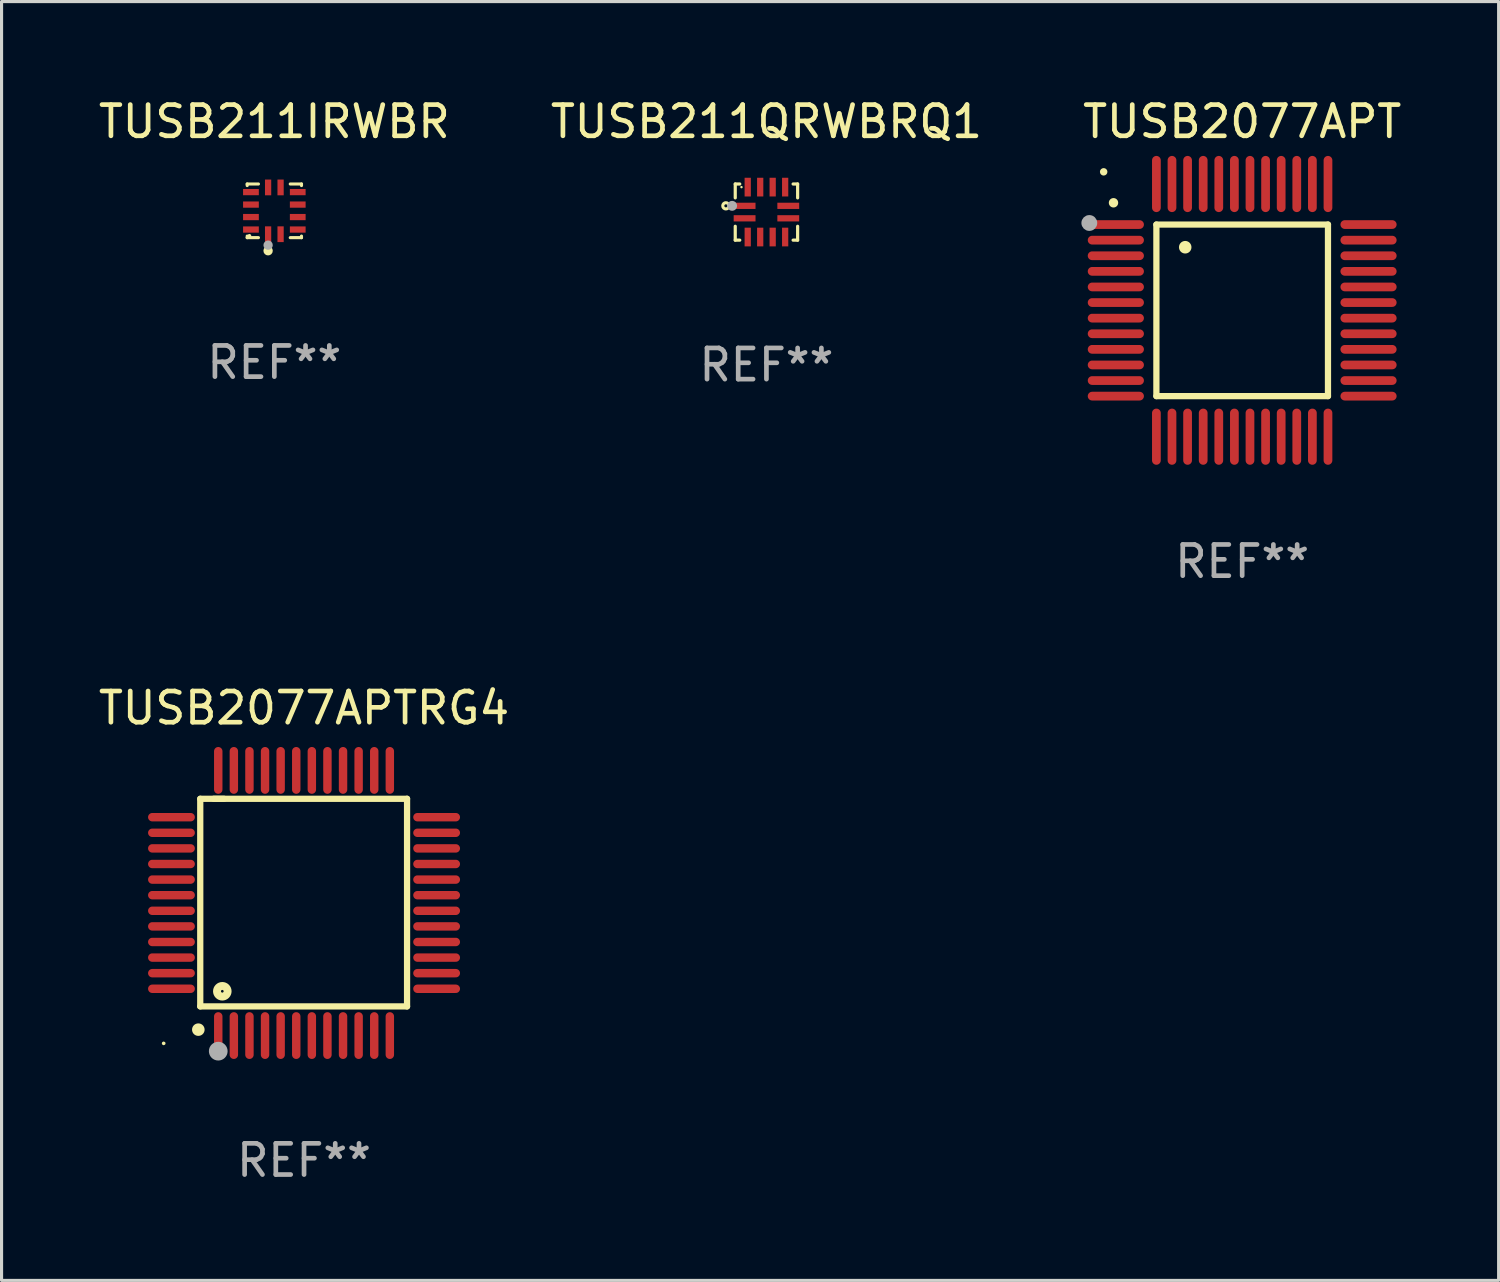
<source format=kicad_pcb>
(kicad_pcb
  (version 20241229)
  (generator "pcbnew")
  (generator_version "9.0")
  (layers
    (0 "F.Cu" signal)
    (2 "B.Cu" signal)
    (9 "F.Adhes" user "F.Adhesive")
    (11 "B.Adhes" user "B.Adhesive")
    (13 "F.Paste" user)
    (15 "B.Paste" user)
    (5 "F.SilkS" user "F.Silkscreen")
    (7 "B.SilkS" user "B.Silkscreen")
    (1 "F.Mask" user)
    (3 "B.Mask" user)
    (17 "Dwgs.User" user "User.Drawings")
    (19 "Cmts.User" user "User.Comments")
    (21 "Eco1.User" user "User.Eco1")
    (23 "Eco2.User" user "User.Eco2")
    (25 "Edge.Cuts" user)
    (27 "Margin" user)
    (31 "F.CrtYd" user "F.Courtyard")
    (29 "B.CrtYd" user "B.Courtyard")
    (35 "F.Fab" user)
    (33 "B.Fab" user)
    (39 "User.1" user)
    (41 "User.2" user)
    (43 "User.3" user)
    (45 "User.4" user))
  (footprint "TUSB211QRWBRQ1"
    (layer "F.Cu")
    (at 21.518 3.748)
    (property "Reference" "TUSB211QRWBRQ1" (at 0 -2.9 0) (layer "F.SilkS") (effects (font (size 1 1) (thickness 0.15))))
    (attr through_hole)
    (fp_line (start -1 -0.9) (end -0.855 -0.9) (stroke (width 0.102) (type solid)) (layer "F.SilkS"))
    (fp_line (start -1 -0.455) (end -1 -0.9) (stroke (width 0.102) (type solid)) (layer "F.SilkS"))
    (fp_line (start -1 0.9) (end -1 0.455) (stroke (width 0.102) (type solid)) (layer "F.SilkS"))
    (fp_line (start -0.855 0.9) (end -1 0.9) (stroke (width 0.102) (type solid)) (layer "F.SilkS"))
    (fp_line (start 0.855 -0.9) (end 1 -0.9) (stroke (width 0.102) (type solid)) (layer "F.SilkS"))
    (fp_line (start 1 -0.9) (end 1 -0.455) (stroke (width 0.102) (type solid)) (layer "F.SilkS"))
    (fp_line (start 1 0.455) (end 1 0.9) (stroke (width 0.102) (type solid)) (layer "F.SilkS"))
    (fp_line (start 1 0.9) (end 0.855 0.9) (stroke (width 0.102) (type solid)) (layer "F.SilkS"))
    (fp_circle (center -1.3 -0.2) (end -1.2 -0.2) (stroke (width 0.1) (type solid)) (fill no) (layer "F.SilkS"))
    (fp_circle (center -0.8 -0.8) (end -0.78 -0.8) (stroke (width 0.04) (type solid)) (fill no) (layer "F.SilkS"))
    (fp_circle (center -1.1 -0.2) (end -1.02 -0.2) (stroke (width 0.16) (type solid)) (fill no) (layer "F.Fab"))
    (fp_text user "REF**" (at 0 4.9 0) (layer "F.Fab") (effects (font (size 1 1) (thickness 0.15))))
    (pad "1" smd rect (at -0.7 -0.2 180) (size 0.7 0.2) (layers "F.Cu" "F.Mask" "F.Paste"))
    (pad "2" smd rect (at -0.7 0.2 180) (size 0.7 0.2) (layers "F.Cu" "F.Mask" "F.Paste"))
    (pad "3" smd rect (at -0.6 0.8) (size 0.2 0.6) (layers "F.Cu" "F.Mask" "F.Paste"))
    (pad "4" smd rect (at -0.2 0.8) (size 0.2 0.6) (layers "F.Cu" "F.Mask" "F.Paste"))
    (pad "5" smd rect (at 0.2 0.8) (size 0.2 0.6) (layers "F.Cu" "F.Mask" "F.Paste"))
    (pad "6" smd rect (at 0.6 0.8) (size 0.2 0.6) (layers "F.Cu" "F.Mask" "F.Paste"))
    (pad "7" smd rect (at 0.7 0.2 180) (size 0.7 0.2) (layers "F.Cu" "F.Mask" "F.Paste"))
    (pad "8" smd rect (at 0.7 -0.2) (size 0.7 0.2) (layers "F.Cu" "F.Mask" "F.Paste"))
    (pad "9" smd rect (at 0.6 -0.8) (size 0.2 0.6) (layers "F.Cu" "F.Mask" "F.Paste"))
    (pad "10" smd rect (at 0.2 -0.8) (size 0.2 0.6) (layers "F.Cu" "F.Mask" "F.Paste"))
    (pad "11" smd rect (at -0.2 -0.8) (size 0.2 0.6) (layers "F.Cu" "F.Mask" "F.Paste"))
    (pad "12" smd rect (at -0.6 -0.8) (size 0.2 0.6) (layers "F.Cu" "F.Mask" "F.Paste")))
  (footprint "TUSB2077APT"
    (layer "F.Cu")
    (at 36.768 6.898)
    (property "Reference" "TUSB2077APT" (at 0 -6.05 0) (layer "F.SilkS") (effects (font (size 1 1) (thickness 0.15))))
    (attr through_hole)
    (fp_line (start -2.75 -2.75) (end 2.75 -2.75) (stroke (width 0.2) (type solid)) (layer "F.SilkS"))
    (fp_line (start -2.75 2.75) (end -2.75 -2.75) (stroke (width 0.2) (type solid)) (layer "F.SilkS"))
    (fp_line (start 2.75 -2.75) (end 2.75 2.75) (stroke (width 0.2) (type solid)) (layer "F.SilkS"))
    (fp_line (start 2.75 2.75) (end -2.75 2.75) (stroke (width 0.2) (type solid)) (layer "F.SilkS"))
    (fp_arc (start -4.124968 -3.446787) (mid -4.124973 -3.448057) (end -4.124968 -3.449327) (stroke (width 0.3) (type solid)) (layer "F.SilkS"))
    (fp_arc (start -1.826264 -2.021844) (mid -1.826268 -2.023114) (end -1.826264 -2.024384) (stroke (width 0.4) (type solid)) (layer "F.SilkS"))
    (fp_circle (center -4.44 -4.44) (end -4.38 -4.44) (stroke (width 0.12) (type solid)) (fill no) (layer "F.SilkS"))
    (fp_circle (center -4.9 -2.8) (end -4.773 -2.8) (stroke (width 0.254) (type solid)) (fill no) (layer "F.Fab"))
    (fp_text user "REF**" (at 0 8.05 0) (layer "F.Fab") (effects (font (size 1 1) (thickness 0.15))))
    (pad "1" smd oval (at -4.05 -2.75 90) (size 0.28 1.8) (layers "F.Cu" "F.Mask" "F.Paste"))
    (pad "2" smd oval (at -4.05 -2.25 90) (size 0.28 1.8) (layers "F.Cu" "F.Mask" "F.Paste"))
    (pad "3" smd oval (at -4.05 -1.75 90) (size 0.28 1.8) (layers "F.Cu" "F.Mask" "F.Paste"))
    (pad "4" smd oval (at -4.05 -1.25 90) (size 0.28 1.8) (layers "F.Cu" "F.Mask" "F.Paste"))
    (pad "5" smd oval (at -4.05 -0.75 90) (size 0.28 1.8) (layers "F.Cu" "F.Mask" "F.Paste"))
    (pad "6" smd oval (at -4.05 -0.25 90) (size 0.28 1.8) (layers "F.Cu" "F.Mask" "F.Paste"))
    (pad "7" smd oval (at -4.05 0.25 90) (size 0.28 1.8) (layers "F.Cu" "F.Mask" "F.Paste"))
    (pad "8" smd oval (at -4.05 0.75 90) (size 0.28 1.8) (layers "F.Cu" "F.Mask" "F.Paste"))
    (pad "9" smd oval (at -4.05 1.25 90) (size 0.28 1.8) (layers "F.Cu" "F.Mask" "F.Paste"))
    (pad "10" smd oval (at -4.05 1.75 90) (size 0.28 1.8) (layers "F.Cu" "F.Mask" "F.Paste"))
    (pad "11" smd oval (at -4.05 2.25 90) (size 0.28 1.8) (layers "F.Cu" "F.Mask" "F.Paste"))
    (pad "12" smd oval (at -4.05 2.75 90) (size 0.28 1.8) (layers "F.Cu" "F.Mask" "F.Paste"))
    (pad "13" smd oval (at -2.75 4.05) (size 0.28 1.8) (layers "F.Cu" "F.Mask" "F.Paste"))
    (pad "14" smd oval (at -2.25 4.05) (size 0.28 1.8) (layers "F.Cu" "F.Mask" "F.Paste"))
    (pad "15" smd oval (at -1.75 4.05) (size 0.28 1.8) (layers "F.Cu" "F.Mask" "F.Paste"))
    (pad "16" smd oval (at -1.25 4.05) (size 0.28 1.8) (layers "F.Cu" "F.Mask" "F.Paste"))
    (pad "17" smd oval (at -0.75 4.05) (size 0.28 1.8) (layers "F.Cu" "F.Mask" "F.Paste"))
    (pad "18" smd oval (at -0.25 4.05) (size 0.28 1.8) (layers "F.Cu" "F.Mask" "F.Paste"))
    (pad "19" smd oval (at 0.25 4.05) (size 0.28 1.8) (layers "F.Cu" "F.Mask" "F.Paste"))
    (pad "20" smd oval (at 0.75 4.05) (size 0.28 1.8) (layers "F.Cu" "F.Mask" "F.Paste"))
    (pad "21" smd oval (at 1.25 4.05) (size 0.28 1.8) (layers "F.Cu" "F.Mask" "F.Paste"))
    (pad "22" smd oval (at 1.75 4.05) (size 0.28 1.8) (layers "F.Cu" "F.Mask" "F.Paste"))
    (pad "23" smd oval (at 2.25 4.05) (size 0.28 1.8) (layers "F.Cu" "F.Mask" "F.Paste"))
    (pad "24" smd oval (at 2.75 4.05) (size 0.28 1.8) (layers "F.Cu" "F.Mask" "F.Paste"))
    (pad "25" smd oval (at 4.05 2.75 90) (size 0.28 1.8) (layers "F.Cu" "F.Mask" "F.Paste"))
    (pad "26" smd oval (at 4.05 2.25 90) (size 0.28 1.8) (layers "F.Cu" "F.Mask" "F.Paste"))
    (pad "27" smd oval (at 4.05 1.75 90) (size 0.28 1.8) (layers "F.Cu" "F.Mask" "F.Paste"))
    (pad "28" smd oval (at 4.05 1.25 90) (size 0.28 1.8) (layers "F.Cu" "F.Mask" "F.Paste"))
    (pad "29" smd oval (at 4.05 0.75 90) (size 0.28 1.8) (layers "F.Cu" "F.Mask" "F.Paste"))
    (pad "30" smd oval (at 4.05 0.25 90) (size 0.28 1.8) (layers "F.Cu" "F.Mask" "F.Paste"))
    (pad "31" smd oval (at 4.05 -0.25 90) (size 0.28 1.8) (layers "F.Cu" "F.Mask" "F.Paste"))
    (pad "32" smd oval (at 4.05 -0.75 90) (size 0.28 1.8) (layers "F.Cu" "F.Mask" "F.Paste"))
    (pad "33" smd oval (at 4.05 -1.25 90) (size 0.28 1.8) (layers "F.Cu" "F.Mask" "F.Paste"))
    (pad "34" smd oval (at 4.05 -1.75 90) (size 0.28 1.8) (layers "F.Cu" "F.Mask" "F.Paste"))
    (pad "35" smd oval (at 4.05 -2.25 90) (size 0.28 1.8) (layers "F.Cu" "F.Mask" "F.Paste"))
    (pad "36" smd oval (at 4.05 -2.75 90) (size 0.28 1.8) (layers "F.Cu" "F.Mask" "F.Paste"))
    (pad "37" smd oval (at 2.75 -4.05) (size 0.28 1.8) (layers "F.Cu" "F.Mask" "F.Paste"))
    (pad "38" smd oval (at 2.25 -4.05) (size 0.28 1.8) (layers "F.Cu" "F.Mask" "F.Paste"))
    (pad "39" smd oval (at 1.75 -4.05) (size 0.28 1.8) (layers "F.Cu" "F.Mask" "F.Paste"))
    (pad "40" smd oval (at 1.25 -4.05) (size 0.28 1.8) (layers "F.Cu" "F.Mask" "F.Paste"))
    (pad "41" smd oval (at 0.75 -4.05) (size 0.28 1.8) (layers "F.Cu" "F.Mask" "F.Paste"))
    (pad "42" smd oval (at 0.25 -4.05) (size 0.28 1.8) (layers "F.Cu" "F.Mask" "F.Paste"))
    (pad "43" smd oval (at -0.25 -4.05) (size 0.28 1.8) (layers "F.Cu" "F.Mask" "F.Paste"))
    (pad "44" smd oval (at -0.75 -4.05) (size 0.28 1.8) (layers "F.Cu" "F.Mask" "F.Paste"))
    (pad "45" smd oval (at -1.25 -4.05) (size 0.28 1.8) (layers "F.Cu" "F.Mask" "F.Paste"))
    (pad "46" smd oval (at -1.75 -4.05) (size 0.28 1.8) (layers "F.Cu" "F.Mask" "F.Paste"))
    (pad "47" smd oval (at -2.25 -4.05) (size 0.28 1.8) (layers "F.Cu" "F.Mask" "F.Paste"))
    (pad "48" smd oval (at -2.75 -4.05) (size 0.28 1.8) (layers "F.Cu" "F.Mask" "F.Paste")))
  (footprint "TUSB2077APTRG4"
    (layer "F.Cu")
    (at 6.696 25.895)
    (property "Reference" "TUSB2077APTRG4" (at 0 -6.25 0) (layer "F.SilkS") (effects (font (size 1 1) (thickness 0.15))))
    (attr through_hole)
    (fp_line (start -3.327 -3.34) (end -2.565 -3.34) (stroke (width 0.2) (type solid)) (layer "F.SilkS"))
    (fp_line (start -3.327 3.315) (end -3.327 -3.34) (stroke (width 0.2) (type solid)) (layer "F.SilkS"))
    (fp_line (start -2.896 -3.34) (end 3.302 -3.34) (stroke (width 0.2) (type solid)) (layer "F.SilkS"))
    (fp_line (start 3.302 -3.34) (end 3.302 3.315) (stroke (width 0.2) (type solid)) (layer "F.SilkS"))
    (fp_line (start 3.302 3.315) (end -3.327 3.315) (stroke (width 0.2) (type solid)) (layer "F.SilkS"))
    (fp_arc (start -3.389992 4.059995) (mid -3.388722 4.059991) (end -3.387452 4.059995) (stroke (width 0.4) (type solid)) (layer "F.SilkS"))
    (fp_circle (center -4.5 4.5) (end -4.47 4.5) (stroke (width 0.06) (type solid)) (fill no) (layer "F.SilkS"))
    (fp_circle (center -2.62 2.83) (end -2.45 2.83) (stroke (width 0.254) (type solid)) (fill no) (layer "F.SilkS"))
    (fp_circle (center -2.75 4.75) (end -2.6 4.75) (stroke (width 0.3) (type solid)) (fill no) (layer "F.Fab"))
    (fp_text user "REF**" (at 0 8.25 0) (layer "F.Fab") (effects (font (size 1 1) (thickness 0.15))))
    (pad "1" smd oval (at -2.75 4.25) (size 0.27 1.5) (layers "F.Cu" "F.Mask" "F.Paste"))
    (pad "2" smd oval (at -2.25 4.25) (size 0.27 1.5) (layers "F.Cu" "F.Mask" "F.Paste"))
    (pad "3" smd oval (at -1.75 4.25) (size 0.27 1.5) (layers "F.Cu" "F.Mask" "F.Paste"))
    (pad "4" smd oval (at -1.25 4.25) (size 0.27 1.5) (layers "F.Cu" "F.Mask" "F.Paste"))
    (pad "5" smd oval (at -0.75 4.25) (size 0.27 1.5) (layers "F.Cu" "F.Mask" "F.Paste"))
    (pad "6" smd oval (at -0.25 4.25) (size 0.27 1.5) (layers "F.Cu" "F.Mask" "F.Paste"))
    (pad "7" smd oval (at 0.25 4.25) (size 0.27 1.5) (layers "F.Cu" "F.Mask" "F.Paste"))
    (pad "8" smd oval (at 0.75 4.25) (size 0.27 1.5) (layers "F.Cu" "F.Mask" "F.Paste"))
    (pad "9" smd oval (at 1.25 4.25) (size 0.27 1.5) (layers "F.Cu" "F.Mask" "F.Paste"))
    (pad "10" smd oval (at 1.75 4.25) (size 0.27 1.5) (layers "F.Cu" "F.Mask" "F.Paste"))
    (pad "11" smd oval (at 2.25 4.25) (size 0.27 1.5) (layers "F.Cu" "F.Mask" "F.Paste"))
    (pad "12" smd oval (at 2.75 4.25) (size 0.27 1.5) (layers "F.Cu" "F.Mask" "F.Paste"))
    (pad "13" smd oval (at 4.25 2.75) (size 1.5 0.27) (layers "F.Cu" "F.Mask" "F.Paste"))
    (pad "14" smd oval (at 4.25 2.25) (size 1.5 0.27) (layers "F.Cu" "F.Mask" "F.Paste"))
    (pad "15" smd oval (at 4.25 1.75) (size 1.5 0.27) (layers "F.Cu" "F.Mask" "F.Paste"))
    (pad "16" smd oval (at 4.25 1.25) (size 1.5 0.27) (layers "F.Cu" "F.Mask" "F.Paste"))
    (pad "17" smd oval (at 4.25 0.75) (size 1.5 0.27) (layers "F.Cu" "F.Mask" "F.Paste"))
    (pad "18" smd oval (at 4.25 0.25) (size 1.5 0.27) (layers "F.Cu" "F.Mask" "F.Paste"))
    (pad "19" smd oval (at 4.25 -0.25) (size 1.5 0.27) (layers "F.Cu" "F.Mask" "F.Paste"))
    (pad "20" smd oval (at 4.25 -0.75) (size 1.5 0.27) (layers "F.Cu" "F.Mask" "F.Paste"))
    (pad "21" smd oval (at 4.25 -1.25) (size 1.5 0.27) (layers "F.Cu" "F.Mask" "F.Paste"))
    (pad "22" smd oval (at 4.25 -1.75) (size 1.5 0.27) (layers "F.Cu" "F.Mask" "F.Paste"))
    (pad "23" smd oval (at 4.25 -2.25) (size 1.5 0.27) (layers "F.Cu" "F.Mask" "F.Paste"))
    (pad "24" smd oval (at 4.25 -2.75) (size 1.5 0.27) (layers "F.Cu" "F.Mask" "F.Paste"))
    (pad "25" smd oval (at 2.75 -4.25) (size 0.27 1.5) (layers "F.Cu" "F.Mask" "F.Paste"))
    (pad "26" smd oval (at 2.25 -4.25) (size 0.27 1.5) (layers "F.Cu" "F.Mask" "F.Paste"))
    (pad "27" smd oval (at 1.75 -4.25) (size 0.27 1.5) (layers "F.Cu" "F.Mask" "F.Paste"))
    (pad "28" smd oval (at 1.25 -4.25) (size 0.27 1.5) (layers "F.Cu" "F.Mask" "F.Paste"))
    (pad "29" smd oval (at 0.75 -4.25) (size 0.27 1.5) (layers "F.Cu" "F.Mask" "F.Paste"))
    (pad "30" smd oval (at 0.25 -4.25) (size 0.27 1.5) (layers "F.Cu" "F.Mask" "F.Paste"))
    (pad "31" smd oval (at -0.25 -4.25) (size 0.27 1.5) (layers "F.Cu" "F.Mask" "F.Paste"))
    (pad "32" smd oval (at -0.75 -4.25) (size 0.27 1.5) (layers "F.Cu" "F.Mask" "F.Paste"))
    (pad "33" smd oval (at -1.25 -4.25) (size 0.27 1.5) (layers "F.Cu" "F.Mask" "F.Paste"))
    (pad "34" smd oval (at -1.75 -4.25) (size 0.27 1.5) (layers "F.Cu" "F.Mask" "F.Paste"))
    (pad "35" smd oval (at -2.25 -4.25) (size 0.27 1.5) (layers "F.Cu" "F.Mask" "F.Paste"))
    (pad "36" smd oval (at -2.75 -4.25) (size 0.27 1.5) (layers "F.Cu" "F.Mask" "F.Paste"))
    (pad "37" smd oval (at -4.25 -2.75) (size 1.5 0.27) (layers "F.Cu" "F.Mask" "F.Paste"))
    (pad "38" smd oval (at -4.25 -2.25) (size 1.5 0.27) (layers "F.Cu" "F.Mask" "F.Paste"))
    (pad "39" smd oval (at -4.25 -1.75) (size 1.5 0.27) (layers "F.Cu" "F.Mask" "F.Paste"))
    (pad "40" smd oval (at -4.25 -1.25) (size 1.5 0.27) (layers "F.Cu" "F.Mask" "F.Paste"))
    (pad "41" smd oval (at -4.25 -0.75) (size 1.5 0.27) (layers "F.Cu" "F.Mask" "F.Paste"))
    (pad "42" smd oval (at -4.25 -0.25) (size 1.5 0.27) (layers "F.Cu" "F.Mask" "F.Paste"))
    (pad "43" smd oval (at -4.25 0.25) (size 1.5 0.27) (layers "F.Cu" "F.Mask" "F.Paste"))
    (pad "44" smd oval (at -4.25 0.75) (size 1.5 0.27) (layers "F.Cu" "F.Mask" "F.Paste"))
    (pad "45" smd oval (at -4.25 1.25) (size 1.5 0.27) (layers "F.Cu" "F.Mask" "F.Paste"))
    (pad "46" smd oval (at -4.25 1.75) (size 1.5 0.27) (layers "F.Cu" "F.Mask" "F.Paste"))
    (pad "47" smd oval (at -4.25 2.25) (size 1.5 0.27) (layers "F.Cu" "F.Mask" "F.Paste"))
    (pad "48" smd oval (at -4.25 2.75) (size 1.5 0.27) (layers "F.Cu" "F.Mask" "F.Paste")))
  (footprint "TUSB211IRWBR"
    (layer "F.Cu")
    (at 5.744 3.708)
    (property "Reference" "TUSB211IRWBR" (at 0 -2.86 0) (layer "F.SilkS") (effects (font (size 1 1) (thickness 0.15))))
    (attr through_hole)
    (fp_line (start -0.87 0.86) (end -0.87 0.81) (stroke (width 0.1) (type solid)) (layer "F.SilkS"))
    (fp_line (start -0.87 -0.86) (end -0.87 -0.81) (stroke (width 0.1) (type solid)) (layer "F.SilkS"))
    (fp_line (start -0.87 -0.86) (end -0.51 -0.86) (stroke (width 0.1) (type solid)) (layer "F.SilkS"))
    (fp_line (start -0.87 0.86) (end -0.51 0.86) (stroke (width 0.1) (type solid)) (layer "F.SilkS"))
    (fp_line (start 0.87 -0.86) (end 0.51 -0.86) (stroke (width 0.1) (type solid)) (layer "F.SilkS"))
    (fp_line (start 0.87 0.86) (end 0.51 0.86) (stroke (width 0.1) (type solid)) (layer "F.SilkS"))
    (fp_line (start 0.87 0.86) (end 0.87 0.81) (stroke (width 0.1) (type solid)) (layer "F.SilkS"))
    (fp_line (start 0.87 -0.86) (end 0.87 -0.81) (stroke (width 0.1) (type solid)) (layer "F.SilkS"))
    (fp_circle (center -0.8 0.8) (end -0.77 0.8) (stroke (width 0.06) (type solid)) (fill no) (layer "F.SilkS"))
    (fp_circle (center -0.2 1.28) (end -0.125 1.28) (stroke (width 0.15) (type solid)) (fill no) (layer "F.SilkS"))
    (fp_circle (center -0.2 1.1) (end -0.125 1.1) (stroke (width 0.15) (type solid)) (fill no) (layer "F.Fab"))
    (fp_text user "REF**" (at 0 4.86 0) (layer "F.Fab") (effects (font (size 1 1) (thickness 0.15))))
    (pad "1" smd rect (at -0.2 0.75) (size 0.2 0.505) (layers "F.Cu" "F.Mask" "F.Paste"))
    (pad "2" smd rect (at 0.2 0.75) (size 0.2 0.505) (layers "F.Cu" "F.Mask" "F.Paste"))
    (pad "3" smd rect (at 0.75 0.6) (size 0.505 0.2) (layers "F.Cu" "F.Mask" "F.Paste"))
    (pad "4" smd rect (at 0.75 0.2) (size 0.505 0.2) (layers "F.Cu" "F.Mask" "F.Paste"))
    (pad "5" smd rect (at 0.75 -0.2) (size 0.505 0.2) (layers "F.Cu" "F.Mask" "F.Paste"))
    (pad "6" smd rect (at 0.75 -0.6) (size 0.505 0.2) (layers "F.Cu" "F.Mask" "F.Paste"))
    (pad "7" smd rect (at 0.2 -0.75) (size 0.2 0.505) (layers "F.Cu" "F.Mask" "F.Paste"))
    (pad "8" smd rect (at -0.2 -0.75) (size 0.2 0.505) (layers "F.Cu" "F.Mask" "F.Paste"))
    (pad "9" smd rect (at -0.75 -0.6) (size 0.505 0.2) (layers "F.Cu" "F.Mask" "F.Paste"))
    (pad "10" smd rect (at -0.75 -0.2) (size 0.505 0.2) (layers "F.Cu" "F.Mask" "F.Paste"))
    (pad "11" smd rect (at -0.75 0.2) (size 0.505 0.2) (layers "F.Cu" "F.Mask" "F.Paste"))
    (pad "12" smd rect (at -0.75 0.6) (size 0.505 0.2) (layers "F.Cu" "F.Mask" "F.Paste")))
  (gr_rect
    (start -3 -3)
    (end 44.988 37.993)
    (stroke (width 0.1) (type default))
    (fill no)
    (layer "Edge.Cuts")))
</source>
